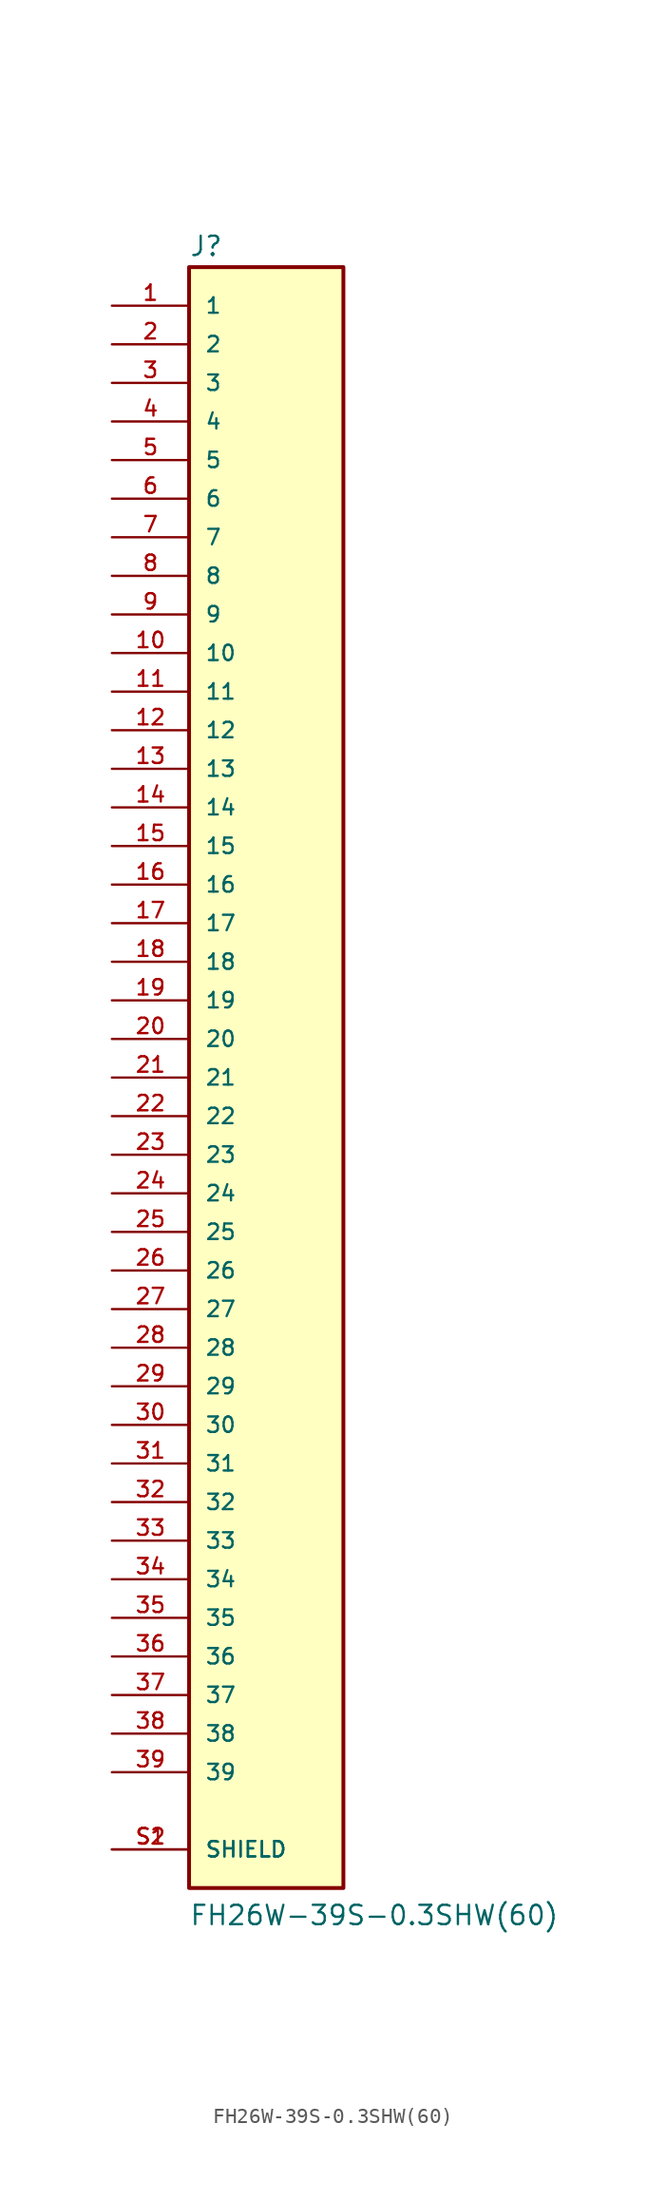
<source format=kicad_sym>
(kicad_symbol_lib
  (version 20211014)
  (generator kicad_symbol_editor)
  (symbol "FH26W-39S-0.3SHW(60)"
    (pin_names
      (offset 1.016))
    (property "Reference" "J"
      (at -5.08 53.975 0)
      (effects (font (size 1.27 1.27)) (justify bottom left)))
    (property "Value" "FH26W-39S-0.3SHW(60)"
      (at -5.08 -55.88 0)
      (effects (font (size 1.27 1.27)) (justify bottom left)))
    (symbol "FH26W-39S-0.3SHW(60)_0_0"
      (rectangle (start -5.08 -53.34) (end 5.08 53.34) (stroke (width 0.254)) (fill (type background)))
      (pin passive line (at -10.16 50.8 0) (length 5.08) (name "1" (effects (font (size 1.016 1.016)))) (number "1" (effects (font (size 1.016 1.016)))))
      (pin passive line (at -10.16 48.26 0) (length 5.08) (name "2" (effects (font (size 1.016 1.016)))) (number "2" (effects (font (size 1.016 1.016)))))
      (pin passive line (at -10.16 45.72 0) (length 5.08) (name "3" (effects (font (size 1.016 1.016)))) (number "3" (effects (font (size 1.016 1.016)))))
      (pin passive line (at -10.16 43.18 0) (length 5.08) (name "4" (effects (font (size 1.016 1.016)))) (number "4" (effects (font (size 1.016 1.016)))))
      (pin passive line (at -10.16 40.64 0) (length 5.08) (name "5" (effects (font (size 1.016 1.016)))) (number "5" (effects (font (size 1.016 1.016)))))
      (pin passive line (at -10.16 38.1 0) (length 5.08) (name "6" (effects (font (size 1.016 1.016)))) (number "6" (effects (font (size 1.016 1.016)))))
      (pin passive line (at -10.16 35.56 0) (length 5.08) (name "7" (effects (font (size 1.016 1.016)))) (number "7" (effects (font (size 1.016 1.016)))))
      (pin passive line (at -10.16 33.02 0) (length 5.08) (name "8" (effects (font (size 1.016 1.016)))) (number "8" (effects (font (size 1.016 1.016)))))
      (pin passive line (at -10.16 30.48 0) (length 5.08) (name "9" (effects (font (size 1.016 1.016)))) (number "9" (effects (font (size 1.016 1.016)))))
      (pin passive line (at -10.16 27.94 0) (length 5.08) (name "10" (effects (font (size 1.016 1.016)))) (number "10" (effects (font (size 1.016 1.016)))))
      (pin passive line (at -10.16 25.4 0) (length 5.08) (name "11" (effects (font (size 1.016 1.016)))) (number "11" (effects (font (size 1.016 1.016)))))
      (pin passive line (at -10.16 22.86 0) (length 5.08) (name "12" (effects (font (size 1.016 1.016)))) (number "12" (effects (font (size 1.016 1.016)))))
      (pin passive line (at -10.16 20.32 0) (length 5.08) (name "13" (effects (font (size 1.016 1.016)))) (number "13" (effects (font (size 1.016 1.016)))))
      (pin passive line (at -10.16 17.78 0) (length 5.08) (name "14" (effects (font (size 1.016 1.016)))) (number "14" (effects (font (size 1.016 1.016)))))
      (pin passive line (at -10.16 15.24 0) (length 5.08) (name "15" (effects (font (size 1.016 1.016)))) (number "15" (effects (font (size 1.016 1.016)))))
      (pin passive line (at -10.16 12.7 0) (length 5.08) (name "16" (effects (font (size 1.016 1.016)))) (number "16" (effects (font (size 1.016 1.016)))))
      (pin passive line (at -10.16 10.16 0) (length 5.08) (name "17" (effects (font (size 1.016 1.016)))) (number "17" (effects (font (size 1.016 1.016)))))
      (pin passive line (at -10.16 7.62 0) (length 5.08) (name "18" (effects (font (size 1.016 1.016)))) (number "18" (effects (font (size 1.016 1.016)))))
      (pin passive line (at -10.16 5.08 0) (length 5.08) (name "19" (effects (font (size 1.016 1.016)))) (number "19" (effects (font (size 1.016 1.016)))))
      (pin passive line (at -10.16 2.54 0) (length 5.08) (name "20" (effects (font (size 1.016 1.016)))) (number "20" (effects (font (size 1.016 1.016)))))
      (pin passive line (at -10.16 0.0 0) (length 5.08) (name "21" (effects (font (size 1.016 1.016)))) (number "21" (effects (font (size 1.016 1.016)))))
      (pin passive line (at -10.16 -2.54 0) (length 5.08) (name "22" (effects (font (size 1.016 1.016)))) (number "22" (effects (font (size 1.016 1.016)))))
      (pin passive line (at -10.16 -5.08 0) (length 5.08) (name "23" (effects (font (size 1.016 1.016)))) (number "23" (effects (font (size 1.016 1.016)))))
      (pin passive line (at -10.16 -7.62 0) (length 5.08) (name "24" (effects (font (size 1.016 1.016)))) (number "24" (effects (font (size 1.016 1.016)))))
      (pin passive line (at -10.16 -10.16 0) (length 5.08) (name "25" (effects (font (size 1.016 1.016)))) (number "25" (effects (font (size 1.016 1.016)))))
      (pin passive line (at -10.16 -12.7 0) (length 5.08) (name "26" (effects (font (size 1.016 1.016)))) (number "26" (effects (font (size 1.016 1.016)))))
      (pin passive line (at -10.16 -15.24 0) (length 5.08) (name "27" (effects (font (size 1.016 1.016)))) (number "27" (effects (font (size 1.016 1.016)))))
      (pin passive line (at -10.16 -17.78 0) (length 5.08) (name "28" (effects (font (size 1.016 1.016)))) (number "28" (effects (font (size 1.016 1.016)))))
      (pin passive line (at -10.16 -20.32 0) (length 5.08) (name "29" (effects (font (size 1.016 1.016)))) (number "29" (effects (font (size 1.016 1.016)))))
      (pin passive line (at -10.16 -22.86 0) (length 5.08) (name "30" (effects (font (size 1.016 1.016)))) (number "30" (effects (font (size 1.016 1.016)))))
      (pin passive line (at -10.16 -25.4 0) (length 5.08) (name "31" (effects (font (size 1.016 1.016)))) (number "31" (effects (font (size 1.016 1.016)))))
      (pin passive line (at -10.16 -27.94 0) (length 5.08) (name "32" (effects (font (size 1.016 1.016)))) (number "32" (effects (font (size 1.016 1.016)))))
      (pin passive line (at -10.16 -30.48 0) (length 5.08) (name "33" (effects (font (size 1.016 1.016)))) (number "33" (effects (font (size 1.016 1.016)))))
      (pin passive line (at -10.16 -33.02 0) (length 5.08) (name "34" (effects (font (size 1.016 1.016)))) (number "34" (effects (font (size 1.016 1.016)))))
      (pin passive line (at -10.16 -35.56 0) (length 5.08) (name "35" (effects (font (size 1.016 1.016)))) (number "35" (effects (font (size 1.016 1.016)))))
      (pin passive line (at -10.16 -38.1 0) (length 5.08) (name "36" (effects (font (size 1.016 1.016)))) (number "36" (effects (font (size 1.016 1.016)))))
      (pin passive line (at -10.16 -40.64 0) (length 5.08) (name "37" (effects (font (size 1.016 1.016)))) (number "37" (effects (font (size 1.016 1.016)))))
      (pin passive line (at -10.16 -43.18 0) (length 5.08) (name "38" (effects (font (size 1.016 1.016)))) (number "38" (effects (font (size 1.016 1.016)))))
      (pin passive line (at -10.16 -50.8 0) (length 5.08) (name "SHIELD" (effects (font (size 1.016 1.016)))) (number "S1" (effects (font (size 1.016 1.016)))))
      (pin passive line (at -10.16 -50.8 0) (length 5.08) (name "SHIELD" (effects (font (size 1.016 1.016)))) (number "S2" (effects (font (size 1.016 1.016)))))
      (pin passive line (at -10.16 -45.72 0) (length 5.08) (name "39" (effects (font (size 1.016 1.016)))) (number "39" (effects (font (size 1.016 1.016))))))))
</source>
